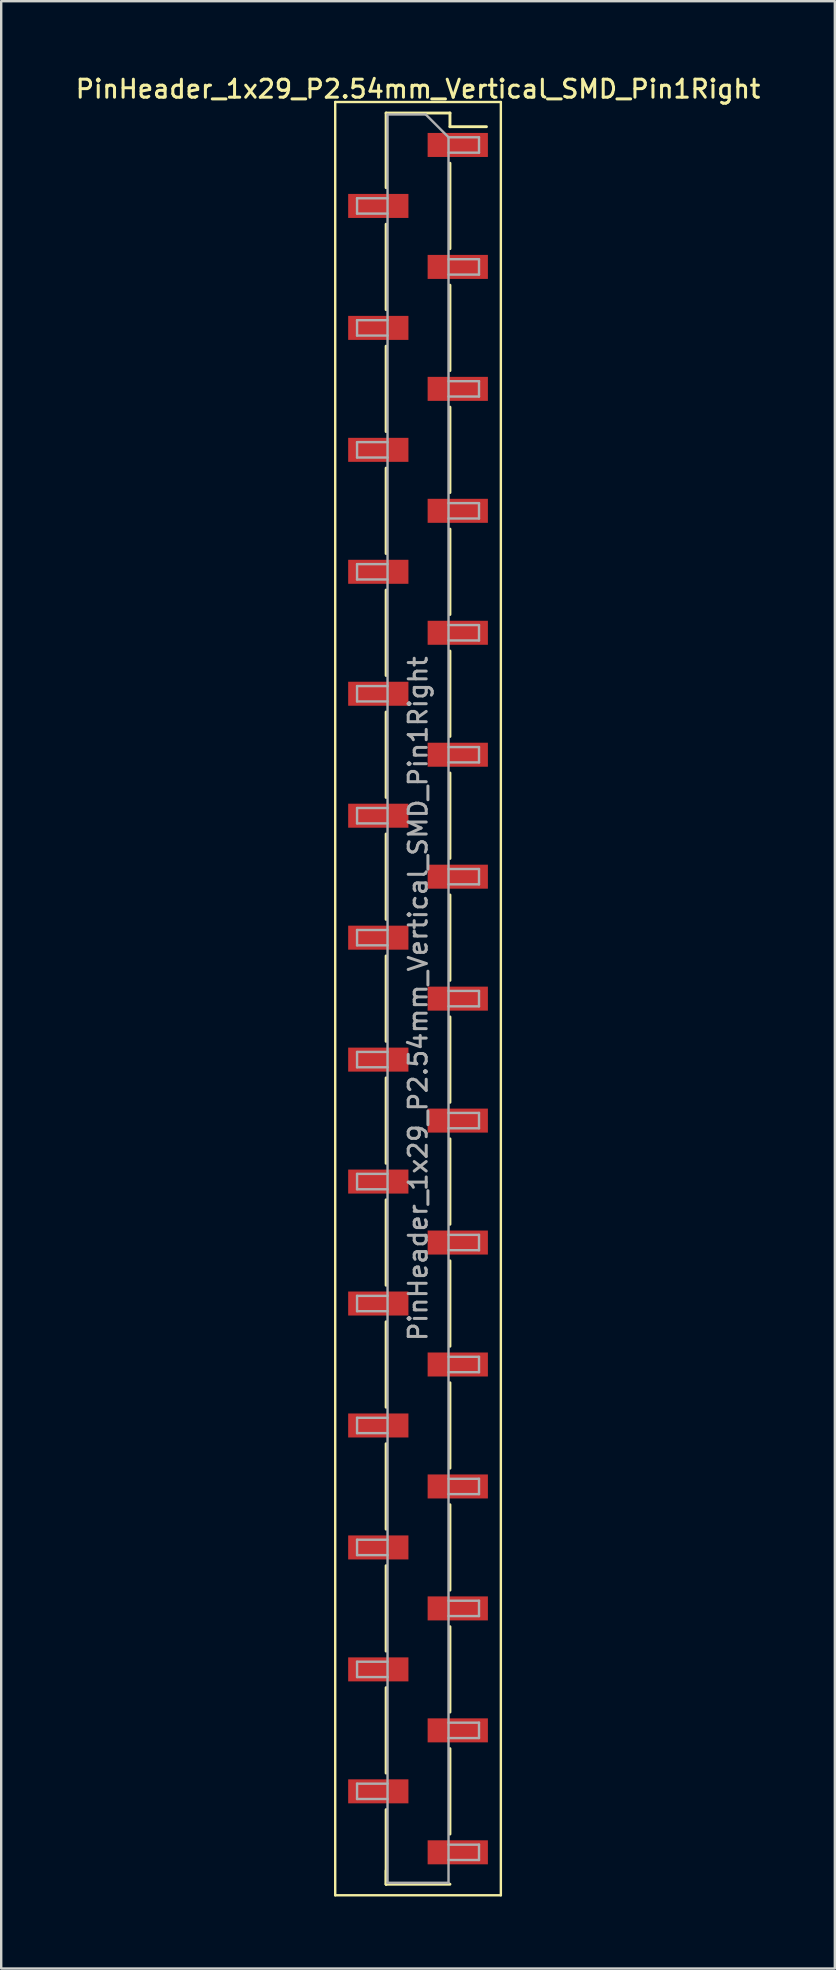
<source format=kicad_pcb>
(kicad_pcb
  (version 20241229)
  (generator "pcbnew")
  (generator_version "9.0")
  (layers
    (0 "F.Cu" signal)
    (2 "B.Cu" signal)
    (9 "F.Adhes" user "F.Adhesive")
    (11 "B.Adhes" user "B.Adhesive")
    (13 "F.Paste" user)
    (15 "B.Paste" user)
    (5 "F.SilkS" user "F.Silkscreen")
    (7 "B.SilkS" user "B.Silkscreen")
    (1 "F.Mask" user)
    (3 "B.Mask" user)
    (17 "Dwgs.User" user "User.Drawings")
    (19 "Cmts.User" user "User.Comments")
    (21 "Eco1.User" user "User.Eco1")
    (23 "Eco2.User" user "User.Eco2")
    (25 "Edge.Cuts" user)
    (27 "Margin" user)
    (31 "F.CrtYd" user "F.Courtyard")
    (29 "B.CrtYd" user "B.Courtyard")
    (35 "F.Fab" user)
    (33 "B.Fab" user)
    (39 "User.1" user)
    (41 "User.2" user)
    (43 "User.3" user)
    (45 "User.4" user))
  (footprint "PinHeader_1x29_P2.54mm_Vertical_SMD_Pin1Right"
    (layer "F.Cu")
    (at 14.363 38.548)
    (property "Reference" "PinHeader_1x29_P2.54mm_Vertical_SMD_Pin1Right" (at 0 -37.89 0) (layer "F.SilkS") (effects (font (size 0.75 0.75) (thickness 0.125))))
    (attr smd)
    (fp_line (start -3.45 -37.35) (end -3.45 37.35) (stroke (width 0.1) (type solid)) (layer "F.SilkS"))
    (fp_line (start -3.45 37.35) (end 3.45 37.35) (stroke (width 0.1) (type solid)) (layer "F.SilkS"))
    (fp_line (start -1.33 -36.89) (end -1.33 -33.78) (stroke (width 0.12) (type solid)) (layer "F.SilkS"))
    (fp_line (start -1.33 -36.89) (end 1.33 -36.89) (stroke (width 0.12) (type solid)) (layer "F.SilkS"))
    (fp_line (start -1.33 -32.26) (end -1.33 -28.7) (stroke (width 0.12) (type solid)) (layer "F.SilkS"))
    (fp_line (start -1.33 -27.18) (end -1.33 -23.62) (stroke (width 0.12) (type solid)) (layer "F.SilkS"))
    (fp_line (start -1.33 -22.1) (end -1.33 -18.54) (stroke (width 0.12) (type solid)) (layer "F.SilkS"))
    (fp_line (start -1.33 -17.02) (end -1.33 -13.46) (stroke (width 0.12) (type solid)) (layer "F.SilkS"))
    (fp_line (start -1.33 -11.94) (end -1.33 -8.38) (stroke (width 0.12) (type solid)) (layer "F.SilkS"))
    (fp_line (start -1.33 -6.86) (end -1.33 -3.3) (stroke (width 0.12) (type solid)) (layer "F.SilkS"))
    (fp_line (start -1.33 -1.78) (end -1.33 1.78) (stroke (width 0.12) (type solid)) (layer "F.SilkS"))
    (fp_line (start -1.33 3.3) (end -1.33 6.86) (stroke (width 0.12) (type solid)) (layer "F.SilkS"))
    (fp_line (start -1.33 8.38) (end -1.33 11.94) (stroke (width 0.12) (type solid)) (layer "F.SilkS"))
    (fp_line (start -1.33 13.46) (end -1.33 17.02) (stroke (width 0.12) (type solid)) (layer "F.SilkS"))
    (fp_line (start -1.33 18.54) (end -1.33 22.1) (stroke (width 0.12) (type solid)) (layer "F.SilkS"))
    (fp_line (start -1.33 23.62) (end -1.33 27.18) (stroke (width 0.12) (type solid)) (layer "F.SilkS"))
    (fp_line (start -1.33 28.7) (end -1.33 32.26) (stroke (width 0.12) (type solid)) (layer "F.SilkS"))
    (fp_line (start -1.33 33.78) (end -1.33 36.89) (stroke (width 0.12) (type solid)) (layer "F.SilkS"))
    (fp_line (start -1.33 36.32) (end -1.33 36.89) (stroke (width 0.12) (type solid)) (layer "F.SilkS"))
    (fp_line (start -1.33 36.89) (end 1.33 36.89) (stroke (width 0.12) (type solid)) (layer "F.SilkS"))
    (fp_line (start 1.33 -36.89) (end 1.33 -36.32) (stroke (width 0.12) (type solid)) (layer "F.SilkS"))
    (fp_line (start 1.33 -36.32) (end 2.85 -36.32) (stroke (width 0.12) (type solid)) (layer "F.SilkS"))
    (fp_line (start 1.33 -34.8) (end 1.33 -31.24) (stroke (width 0.12) (type solid)) (layer "F.SilkS"))
    (fp_line (start 1.33 -29.72) (end 1.33 -26.16) (stroke (width 0.12) (type solid)) (layer "F.SilkS"))
    (fp_line (start 1.33 -24.64) (end 1.33 -21.08) (stroke (width 0.12) (type solid)) (layer "F.SilkS"))
    (fp_line (start 1.33 -19.56) (end 1.33 -16) (stroke (width 0.12) (type solid)) (layer "F.SilkS"))
    (fp_line (start 1.33 -14.48) (end 1.33 -10.92) (stroke (width 0.12) (type solid)) (layer "F.SilkS"))
    (fp_line (start 1.33 -9.4) (end 1.33 -5.84) (stroke (width 0.12) (type solid)) (layer "F.SilkS"))
    (fp_line (start 1.33 -4.32) (end 1.33 -0.76) (stroke (width 0.12) (type solid)) (layer "F.SilkS"))
    (fp_line (start 1.33 0.76) (end 1.33 4.32) (stroke (width 0.12) (type solid)) (layer "F.SilkS"))
    (fp_line (start 1.33 5.84) (end 1.33 9.4) (stroke (width 0.12) (type solid)) (layer "F.SilkS"))
    (fp_line (start 1.33 10.92) (end 1.33 14.48) (stroke (width 0.12) (type solid)) (layer "F.SilkS"))
    (fp_line (start 1.33 16) (end 1.33 19.56) (stroke (width 0.12) (type solid)) (layer "F.SilkS"))
    (fp_line (start 1.33 21.08) (end 1.33 24.64) (stroke (width 0.12) (type solid)) (layer "F.SilkS"))
    (fp_line (start 1.33 26.16) (end 1.33 29.72) (stroke (width 0.12) (type solid)) (layer "F.SilkS"))
    (fp_line (start 1.33 31.24) (end 1.33 34.8) (stroke (width 0.12) (type solid)) (layer "F.SilkS"))
    (fp_line (start 3.45 -37.35) (end -3.45 -37.35) (stroke (width 0.1) (type solid)) (layer "F.SilkS"))
    (fp_line (start 3.45 37.35) (end 3.45 -37.35) (stroke (width 0.1) (type solid)) (layer "F.SilkS"))
    (fp_line (start -2.54 -33.34) (end -2.54 -32.7) (stroke (width 0.1) (type solid)) (layer "F.Fab"))
    (fp_line (start -2.54 -32.7) (end -1.27 -32.7) (stroke (width 0.1) (type solid)) (layer "F.Fab"))
    (fp_line (start -2.54 -28.26) (end -2.54 -27.62) (stroke (width 0.1) (type solid)) (layer "F.Fab"))
    (fp_line (start -2.54 -27.62) (end -1.27 -27.62) (stroke (width 0.1) (type solid)) (layer "F.Fab"))
    (fp_line (start -2.54 -23.18) (end -2.54 -22.54) (stroke (width 0.1) (type solid)) (layer "F.Fab"))
    (fp_line (start -2.54 -22.54) (end -1.27 -22.54) (stroke (width 0.1) (type solid)) (layer "F.Fab"))
    (fp_line (start -2.54 -18.1) (end -2.54 -17.46) (stroke (width 0.1) (type solid)) (layer "F.Fab"))
    (fp_line (start -2.54 -17.46) (end -1.27 -17.46) (stroke (width 0.1) (type solid)) (layer "F.Fab"))
    (fp_line (start -2.54 -13.02) (end -2.54 -12.38) (stroke (width 0.1) (type solid)) (layer "F.Fab"))
    (fp_line (start -2.54 -12.38) (end -1.27 -12.38) (stroke (width 0.1) (type solid)) (layer "F.Fab"))
    (fp_line (start -2.54 -7.94) (end -2.54 -7.3) (stroke (width 0.1) (type solid)) (layer "F.Fab"))
    (fp_line (start -2.54 -7.3) (end -1.27 -7.3) (stroke (width 0.1) (type solid)) (layer "F.Fab"))
    (fp_line (start -2.54 -2.86) (end -2.54 -2.22) (stroke (width 0.1) (type solid)) (layer "F.Fab"))
    (fp_line (start -2.54 -2.22) (end -1.27 -2.22) (stroke (width 0.1) (type solid)) (layer "F.Fab"))
    (fp_line (start -2.54 2.22) (end -2.54 2.86) (stroke (width 0.1) (type solid)) (layer "F.Fab"))
    (fp_line (start -2.54 2.86) (end -1.27 2.86) (stroke (width 0.1) (type solid)) (layer "F.Fab"))
    (fp_line (start -2.54 7.3) (end -2.54 7.94) (stroke (width 0.1) (type solid)) (layer "F.Fab"))
    (fp_line (start -2.54 7.94) (end -1.27 7.94) (stroke (width 0.1) (type solid)) (layer "F.Fab"))
    (fp_line (start -2.54 12.38) (end -2.54 13.02) (stroke (width 0.1) (type solid)) (layer "F.Fab"))
    (fp_line (start -2.54 13.02) (end -1.27 13.02) (stroke (width 0.1) (type solid)) (layer "F.Fab"))
    (fp_line (start -2.54 17.46) (end -2.54 18.1) (stroke (width 0.1) (type solid)) (layer "F.Fab"))
    (fp_line (start -2.54 18.1) (end -1.27 18.1) (stroke (width 0.1) (type solid)) (layer "F.Fab"))
    (fp_line (start -2.54 22.54) (end -2.54 23.18) (stroke (width 0.1) (type solid)) (layer "F.Fab"))
    (fp_line (start -2.54 23.18) (end -1.27 23.18) (stroke (width 0.1) (type solid)) (layer "F.Fab"))
    (fp_line (start -2.54 27.62) (end -2.54 28.26) (stroke (width 0.1) (type solid)) (layer "F.Fab"))
    (fp_line (start -2.54 28.26) (end -1.27 28.26) (stroke (width 0.1) (type solid)) (layer "F.Fab"))
    (fp_line (start -2.54 32.7) (end -2.54 33.34) (stroke (width 0.1) (type solid)) (layer "F.Fab"))
    (fp_line (start -2.54 33.34) (end -1.27 33.34) (stroke (width 0.1) (type solid)) (layer "F.Fab"))
    (fp_line (start -1.27 -36.83) (end -1.27 36.83) (stroke (width 0.1) (type solid)) (layer "F.Fab"))
    (fp_line (start -1.27 -36.83) (end 0.32 -36.83) (stroke (width 0.1) (type solid)) (layer "F.Fab"))
    (fp_line (start -1.27 -33.34) (end -2.54 -33.34) (stroke (width 0.1) (type solid)) (layer "F.Fab"))
    (fp_line (start -1.27 -28.26) (end -2.54 -28.26) (stroke (width 0.1) (type solid)) (layer "F.Fab"))
    (fp_line (start -1.27 -23.18) (end -2.54 -23.18) (stroke (width 0.1) (type solid)) (layer "F.Fab"))
    (fp_line (start -1.27 -18.1) (end -2.54 -18.1) (stroke (width 0.1) (type solid)) (layer "F.Fab"))
    (fp_line (start -1.27 -13.02) (end -2.54 -13.02) (stroke (width 0.1) (type solid)) (layer "F.Fab"))
    (fp_line (start -1.27 -7.94) (end -2.54 -7.94) (stroke (width 0.1) (type solid)) (layer "F.Fab"))
    (fp_line (start -1.27 -2.86) (end -2.54 -2.86) (stroke (width 0.1) (type solid)) (layer "F.Fab"))
    (fp_line (start -1.27 2.22) (end -2.54 2.22) (stroke (width 0.1) (type solid)) (layer "F.Fab"))
    (fp_line (start -1.27 7.3) (end -2.54 7.3) (stroke (width 0.1) (type solid)) (layer "F.Fab"))
    (fp_line (start -1.27 12.38) (end -2.54 12.38) (stroke (width 0.1) (type solid)) (layer "F.Fab"))
    (fp_line (start -1.27 17.46) (end -2.54 17.46) (stroke (width 0.1) (type solid)) (layer "F.Fab"))
    (fp_line (start -1.27 22.54) (end -2.54 22.54) (stroke (width 0.1) (type solid)) (layer "F.Fab"))
    (fp_line (start -1.27 27.62) (end -2.54 27.62) (stroke (width 0.1) (type solid)) (layer "F.Fab"))
    (fp_line (start -1.27 32.7) (end -2.54 32.7) (stroke (width 0.1) (type solid)) (layer "F.Fab"))
    (fp_line (start 1.27 -35.88) (end 0.32 -36.83) (stroke (width 0.1) (type solid)) (layer "F.Fab"))
    (fp_line (start 1.27 -35.88) (end 2.54 -35.88) (stroke (width 0.1) (type solid)) (layer "F.Fab"))
    (fp_line (start 1.27 -30.8) (end 2.54 -30.8) (stroke (width 0.1) (type solid)) (layer "F.Fab"))
    (fp_line (start 1.27 -25.72) (end 2.54 -25.72) (stroke (width 0.1) (type solid)) (layer "F.Fab"))
    (fp_line (start 1.27 -20.64) (end 2.54 -20.64) (stroke (width 0.1) (type solid)) (layer "F.Fab"))
    (fp_line (start 1.27 -15.56) (end 2.54 -15.56) (stroke (width 0.1) (type solid)) (layer "F.Fab"))
    (fp_line (start 1.27 -10.48) (end 2.54 -10.48) (stroke (width 0.1) (type solid)) (layer "F.Fab"))
    (fp_line (start 1.27 -5.4) (end 2.54 -5.4) (stroke (width 0.1) (type solid)) (layer "F.Fab"))
    (fp_line (start 1.27 -0.32) (end 2.54 -0.32) (stroke (width 0.1) (type solid)) (layer "F.Fab"))
    (fp_line (start 1.27 4.76) (end 2.54 4.76) (stroke (width 0.1) (type solid)) (layer "F.Fab"))
    (fp_line (start 1.27 9.84) (end 2.54 9.84) (stroke (width 0.1) (type solid)) (layer "F.Fab"))
    (fp_line (start 1.27 14.92) (end 2.54 14.92) (stroke (width 0.1) (type solid)) (layer "F.Fab"))
    (fp_line (start 1.27 20) (end 2.54 20) (stroke (width 0.1) (type solid)) (layer "F.Fab"))
    (fp_line (start 1.27 25.08) (end 2.54 25.08) (stroke (width 0.1) (type solid)) (layer "F.Fab"))
    (fp_line (start 1.27 30.16) (end 2.54 30.16) (stroke (width 0.1) (type solid)) (layer "F.Fab"))
    (fp_line (start 1.27 35.24) (end 2.54 35.24) (stroke (width 0.1) (type solid)) (layer "F.Fab"))
    (fp_line (start 1.27 36.83) (end -1.27 36.83) (stroke (width 0.1) (type solid)) (layer "F.Fab"))
    (fp_line (start 1.27 36.83) (end 1.27 -35.88) (stroke (width 0.1) (type solid)) (layer "F.Fab"))
    (fp_line (start 2.54 -35.88) (end 2.54 -35.24) (stroke (width 0.1) (type solid)) (layer "F.Fab"))
    (fp_line (start 2.54 -35.24) (end 1.27 -35.24) (stroke (width 0.1) (type solid)) (layer "F.Fab"))
    (fp_line (start 2.54 -30.8) (end 2.54 -30.16) (stroke (width 0.1) (type solid)) (layer "F.Fab"))
    (fp_line (start 2.54 -30.16) (end 1.27 -30.16) (stroke (width 0.1) (type solid)) (layer "F.Fab"))
    (fp_line (start 2.54 -25.72) (end 2.54 -25.08) (stroke (width 0.1) (type solid)) (layer "F.Fab"))
    (fp_line (start 2.54 -25.08) (end 1.27 -25.08) (stroke (width 0.1) (type solid)) (layer "F.Fab"))
    (fp_line (start 2.54 -20.64) (end 2.54 -20) (stroke (width 0.1) (type solid)) (layer "F.Fab"))
    (fp_line (start 2.54 -20) (end 1.27 -20) (stroke (width 0.1) (type solid)) (layer "F.Fab"))
    (fp_line (start 2.54 -15.56) (end 2.54 -14.92) (stroke (width 0.1) (type solid)) (layer "F.Fab"))
    (fp_line (start 2.54 -14.92) (end 1.27 -14.92) (stroke (width 0.1) (type solid)) (layer "F.Fab"))
    (fp_line (start 2.54 -10.48) (end 2.54 -9.84) (stroke (width 0.1) (type solid)) (layer "F.Fab"))
    (fp_line (start 2.54 -9.84) (end 1.27 -9.84) (stroke (width 0.1) (type solid)) (layer "F.Fab"))
    (fp_line (start 2.54 -5.4) (end 2.54 -4.76) (stroke (width 0.1) (type solid)) (layer "F.Fab"))
    (fp_line (start 2.54 -4.76) (end 1.27 -4.76) (stroke (width 0.1) (type solid)) (layer "F.Fab"))
    (fp_line (start 2.54 -0.32) (end 2.54 0.32) (stroke (width 0.1) (type solid)) (layer "F.Fab"))
    (fp_line (start 2.54 0.32) (end 1.27 0.32) (stroke (width 0.1) (type solid)) (layer "F.Fab"))
    (fp_line (start 2.54 4.76) (end 2.54 5.4) (stroke (width 0.1) (type solid)) (layer "F.Fab"))
    (fp_line (start 2.54 5.4) (end 1.27 5.4) (stroke (width 0.1) (type solid)) (layer "F.Fab"))
    (fp_line (start 2.54 9.84) (end 2.54 10.48) (stroke (width 0.1) (type solid)) (layer "F.Fab"))
    (fp_line (start 2.54 10.48) (end 1.27 10.48) (stroke (width 0.1) (type solid)) (layer "F.Fab"))
    (fp_line (start 2.54 14.92) (end 2.54 15.56) (stroke (width 0.1) (type solid)) (layer "F.Fab"))
    (fp_line (start 2.54 15.56) (end 1.27 15.56) (stroke (width 0.1) (type solid)) (layer "F.Fab"))
    (fp_line (start 2.54 20) (end 2.54 20.64) (stroke (width 0.1) (type solid)) (layer "F.Fab"))
    (fp_line (start 2.54 20.64) (end 1.27 20.64) (stroke (width 0.1) (type solid)) (layer "F.Fab"))
    (fp_line (start 2.54 25.08) (end 2.54 25.72) (stroke (width 0.1) (type solid)) (layer "F.Fab"))
    (fp_line (start 2.54 25.72) (end 1.27 25.72) (stroke (width 0.1) (type solid)) (layer "F.Fab"))
    (fp_line (start 2.54 30.16) (end 2.54 30.8) (stroke (width 0.1) (type solid)) (layer "F.Fab"))
    (fp_line (start 2.54 30.8) (end 1.27 30.8) (stroke (width 0.1) (type solid)) (layer "F.Fab"))
    (fp_line (start 2.54 35.24) (end 2.54 35.88) (stroke (width 0.1) (type solid)) (layer "F.Fab"))
    (fp_line (start 2.54 35.88) (end 1.27 35.88) (stroke (width 0.1) (type solid)) (layer "F.Fab"))
    (fp_text user "${REFERENCE}" (at 0 0 90) (layer "F.Fab") (effects (font (size 0.75 0.75) (thickness 0.125))))
    (pad "1" smd rect (at 1.655 -35.56) (size 2.51 1) (layers "F.Cu" "F.Mask" "F.Paste"))
    (pad "2" smd rect (at -1.655 -33.02) (size 2.51 1) (layers "F.Cu" "F.Mask" "F.Paste"))
    (pad "3" smd rect (at 1.655 -30.48) (size 2.51 1) (layers "F.Cu" "F.Mask" "F.Paste"))
    (pad "4" smd rect (at -1.655 -27.94) (size 2.51 1) (layers "F.Cu" "F.Mask" "F.Paste"))
    (pad "5" smd rect (at 1.655 -25.4) (size 2.51 1) (layers "F.Cu" "F.Mask" "F.Paste"))
    (pad "6" smd rect (at -1.655 -22.86) (size 2.51 1) (layers "F.Cu" "F.Mask" "F.Paste"))
    (pad "7" smd rect (at 1.655 -20.32) (size 2.51 1) (layers "F.Cu" "F.Mask" "F.Paste"))
    (pad "8" smd rect (at -1.655 -17.78) (size 2.51 1) (layers "F.Cu" "F.Mask" "F.Paste"))
    (pad "9" smd rect (at 1.655 -15.24) (size 2.51 1) (layers "F.Cu" "F.Mask" "F.Paste"))
    (pad "10" smd rect (at -1.655 -12.7) (size 2.51 1) (layers "F.Cu" "F.Mask" "F.Paste"))
    (pad "11" smd rect (at 1.655 -10.16) (size 2.51 1) (layers "F.Cu" "F.Mask" "F.Paste"))
    (pad "12" smd rect (at -1.655 -7.62) (size 2.51 1) (layers "F.Cu" "F.Mask" "F.Paste"))
    (pad "13" smd rect (at 1.655 -5.08) (size 2.51 1) (layers "F.Cu" "F.Mask" "F.Paste"))
    (pad "14" smd rect (at -1.655 -2.54) (size 2.51 1) (layers "F.Cu" "F.Mask" "F.Paste"))
    (pad "15" smd rect (at 1.655 0) (size 2.51 1) (layers "F.Cu" "F.Mask" "F.Paste"))
    (pad "16" smd rect (at -1.655 2.54) (size 2.51 1) (layers "F.Cu" "F.Mask" "F.Paste"))
    (pad "17" smd rect (at 1.655 5.08) (size 2.51 1) (layers "F.Cu" "F.Mask" "F.Paste"))
    (pad "18" smd rect (at -1.655 7.62) (size 2.51 1) (layers "F.Cu" "F.Mask" "F.Paste"))
    (pad "19" smd rect (at 1.655 10.16) (size 2.51 1) (layers "F.Cu" "F.Mask" "F.Paste"))
    (pad "20" smd rect (at -1.655 12.7) (size 2.51 1) (layers "F.Cu" "F.Mask" "F.Paste"))
    (pad "21" smd rect (at 1.655 15.24) (size 2.51 1) (layers "F.Cu" "F.Mask" "F.Paste"))
    (pad "22" smd rect (at -1.655 17.78) (size 2.51 1) (layers "F.Cu" "F.Mask" "F.Paste"))
    (pad "23" smd rect (at 1.655 20.32) (size 2.51 1) (layers "F.Cu" "F.Mask" "F.Paste"))
    (pad "24" smd rect (at -1.655 22.86) (size 2.51 1) (layers "F.Cu" "F.Mask" "F.Paste"))
    (pad "25" smd rect (at 1.655 25.4) (size 2.51 1) (layers "F.Cu" "F.Mask" "F.Paste"))
    (pad "26" smd rect (at -1.655 27.94) (size 2.51 1) (layers "F.Cu" "F.Mask" "F.Paste"))
    (pad "27" smd rect (at 1.655 30.48) (size 2.51 1) (layers "F.Cu" "F.Mask" "F.Paste"))
    (pad "28" smd rect (at -1.655 33.02) (size 2.51 1) (layers "F.Cu" "F.Mask" "F.Paste"))
    (pad "29" smd rect (at 1.655 35.56) (size 2.51 1) (layers "F.Cu" "F.Mask" "F.Paste")))
  (gr_rect
    (start -3 -3)
    (end 31.725 78.948)
    (stroke (width 0.1) (type default))
    (fill no)
    (layer "Edge.Cuts")))
</source>
